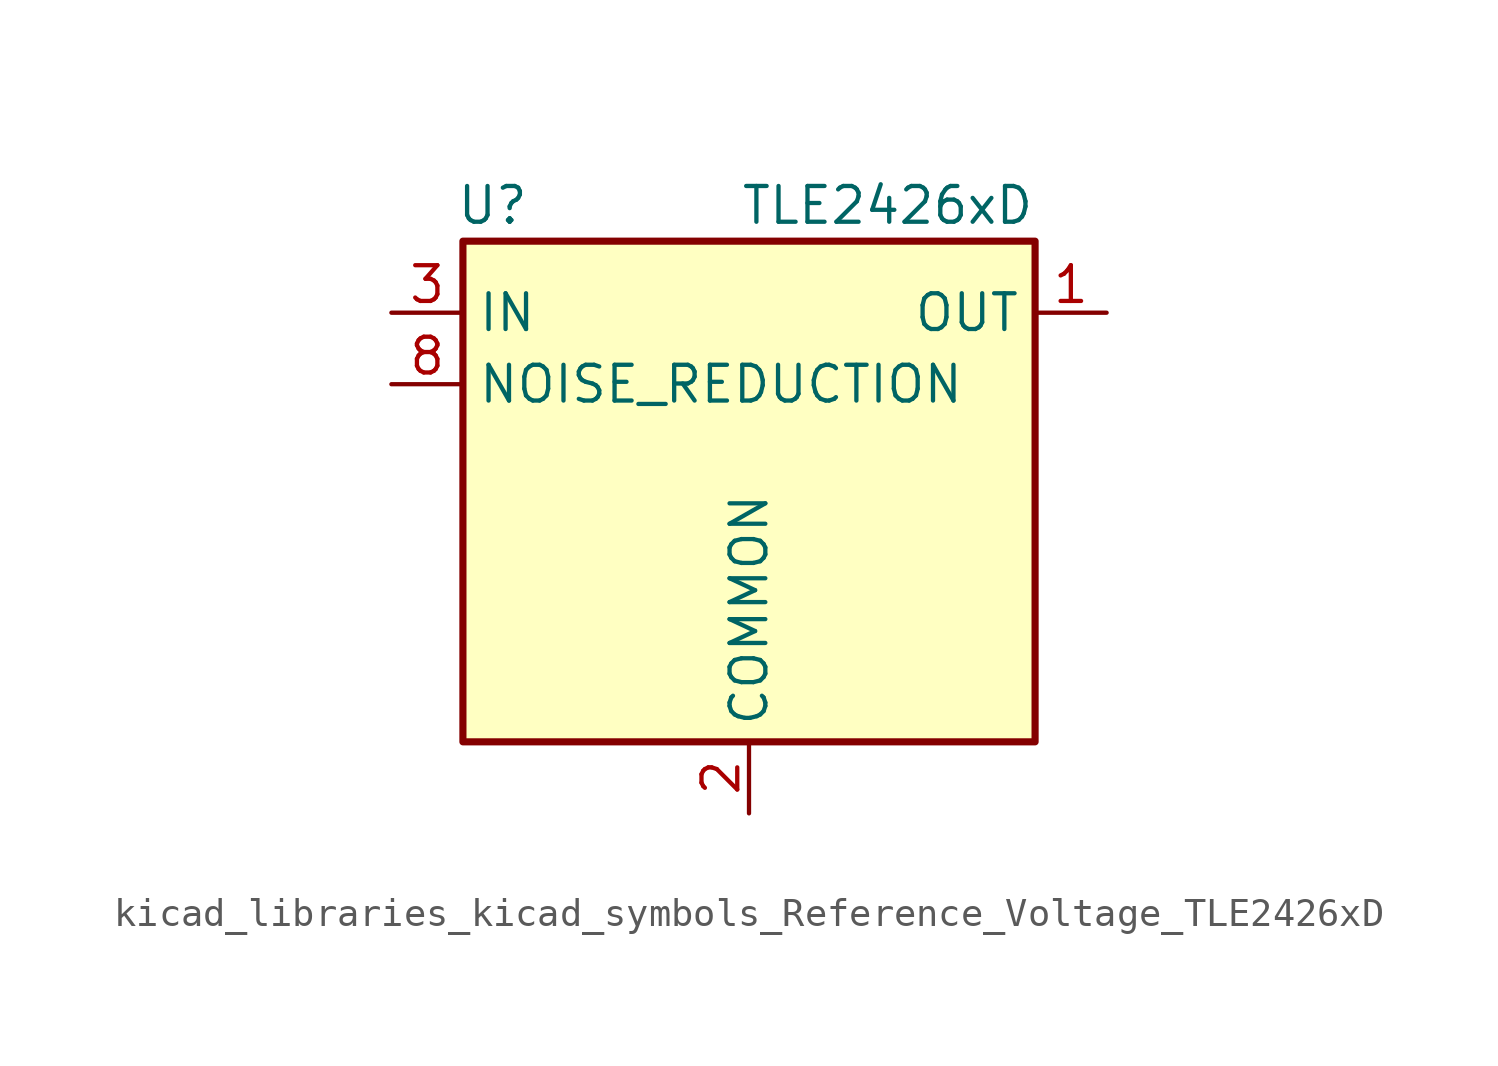
<source format=kicad_sym>
(kicad_symbol_lib
  (version 20220914)
  (generator kicad_symbol_editor)
  (symbol "kicad_libraries_kicad_symbols_Reference_Voltage_TLE2426xD"
    (property "Reference" "U"
      (at -10.414 8.89 0)
      (effects (font (size 1.27 1.27)) (justify left)))
    (property "Value" "TLE2426xD"
      (at 10.16 8.89 0)
      (effects (font (size 1.27 1.27)) (justify right)))
    (symbol "kicad_libraries_kicad_symbols_Reference_Voltage_TLE2426xD_0_1"
      (rectangle (start -10.16 7.62) (end 10.16 -10.16) (stroke (width 0.254) (type default)) (fill (type background))))
    (symbol "kicad_libraries_kicad_symbols_Reference_Voltage_TLE2426xD_1_1"
      (pin power_out line (at 12.7 5.08 180) (length 2.54) (name "OUT" (effects (font (size 1.27 1.27)))) (number "1" (effects (font (size 1.27 1.27)))))
      (pin power_in line (at 0 -12.7 90) (length 2.54) (name "COMMON" (effects (font (size 1.27 1.27)))) (number "2" (effects (font (size 1.27 1.27)))))
      (pin power_in line (at -12.7 5.08 0) (length 2.54) (name "IN" (effects (font (size 1.27 1.27)))) (number "3" (effects (font (size 1.27 1.27)))))
      (pin no_connect line (at -10.16 0 0) (length 2.54) hide (name "NC" (effects (font (size 1.27 1.27)))) (number "4" (effects (font (size 1.27 1.27)))))
      (pin no_connect line (at -10.16 -2.54 0) (length 2.54) hide (name "NC" (effects (font (size 1.27 1.27)))) (number "5" (effects (font (size 1.27 1.27)))))
      (pin no_connect line (at 10.16 0 180) (length 2.54) hide (name "NC" (effects (font (size 1.27 1.27)))) (number "6" (effects (font (size 1.27 1.27)))))
      (pin no_connect line (at 10.16 -2.54 180) (length 2.54) hide (name "NC" (effects (font (size 1.27 1.27)))) (number "7" (effects (font (size 1.27 1.27)))))
      (pin passive line (at -12.7 2.54 0) (length 2.54) (name "NOISE_REDUCTION" (effects (font (size 1.27 1.27)))) (number "8" (effects (font (size 1.27 1.27))))))))
</source>
